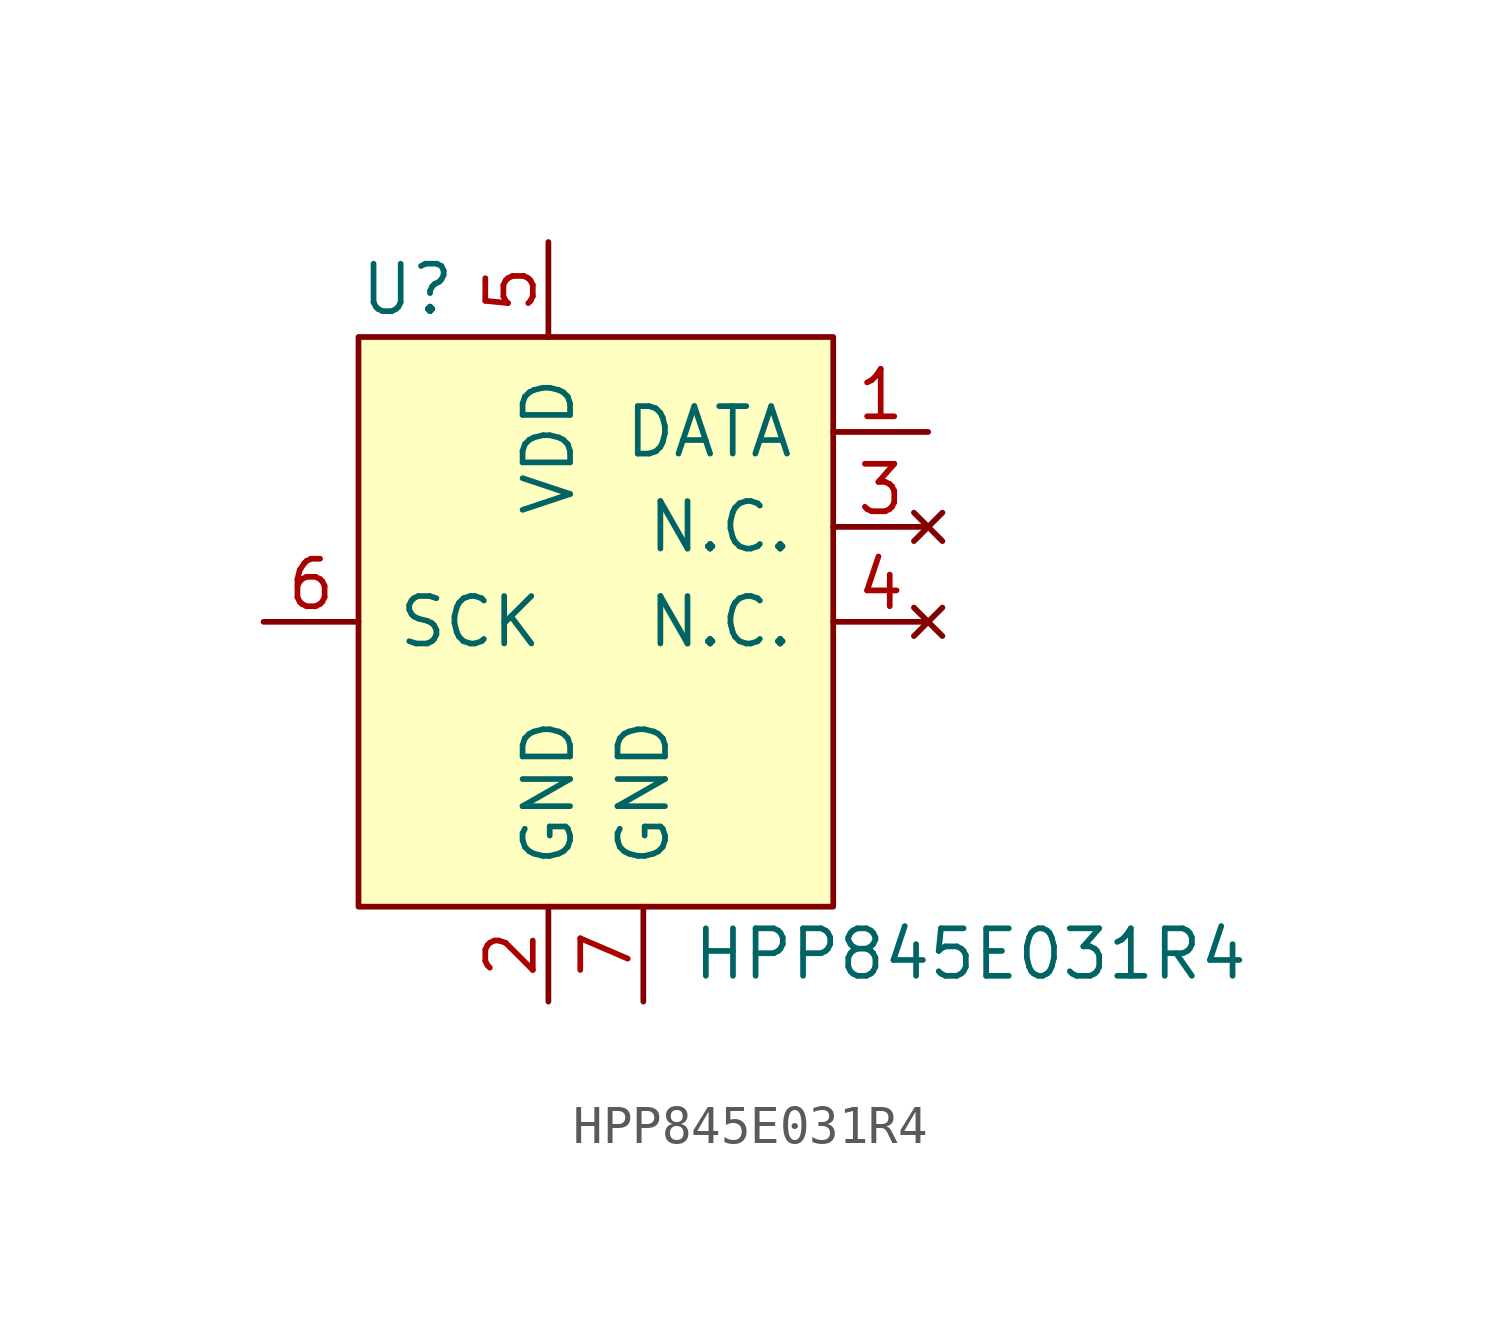
<source format=kicad_sym>
(kicad_symbol_lib
  (version 20231120)
  (generator "kicad_symbol_editor")
  (generator_version "8.0")
  (symbol "HPP845E031R4"
    (pin_names
      (offset 1.016))
    (property "Reference" "U"
      (at -5.08 8.89 0)
      (effects (font (size 1.27 1.27)) (justify left)))
    (property "Value" "HPP845E031R4"
      (at 3.81 -8.89 0)
      (effects (font (size 1.27 1.27)) (justify left)))
    (symbol "HPP845E031R4_0_1"
      (rectangle (start -5.08 7.62) (end 7.62 -7.62) (stroke (width 0) (type solid)) (fill (type background))))
    (symbol "HPP845E031R4_1_1"
      (pin bidirectional line (at 10.16 5.08 180) (length 2.54) (name "DATA" (effects (font (size 1.27 1.27)))) (number "1" (effects (font (size 1.27 1.27)))))
      (pin power_in line (at 0 -10.16 90) (length 2.54) (name "GND" (effects (font (size 1.27 1.27)))) (number "2" (effects (font (size 1.27 1.27)))))
      (pin no_connect line (at 10.16 2.54 180) (length 2.54) (name "N.C." (effects (font (size 1.27 1.27)))) (number "3" (effects (font (size 1.27 1.27)))))
      (pin no_connect line (at 10.16 0 180) (length 2.54) (name "N.C." (effects (font (size 1.27 1.27)))) (number "4" (effects (font (size 1.27 1.27)))))
      (pin power_in line (at 0 10.16 270) (length 2.54) (name "VDD" (effects (font (size 1.27 1.27)))) (number "5" (effects (font (size 1.27 1.27)))))
      (pin input line (at -7.62 0 0) (length 2.54) (name "SCK" (effects (font (size 1.27 1.27)))) (number "6" (effects (font (size 1.27 1.27)))))
      (pin passive line (at 2.54 -10.16 90) (length 2.54) (name "GND" (effects (font (size 1.27 1.27)))) (number "7" (effects (font (size 1.27 1.27))))))))
</source>
